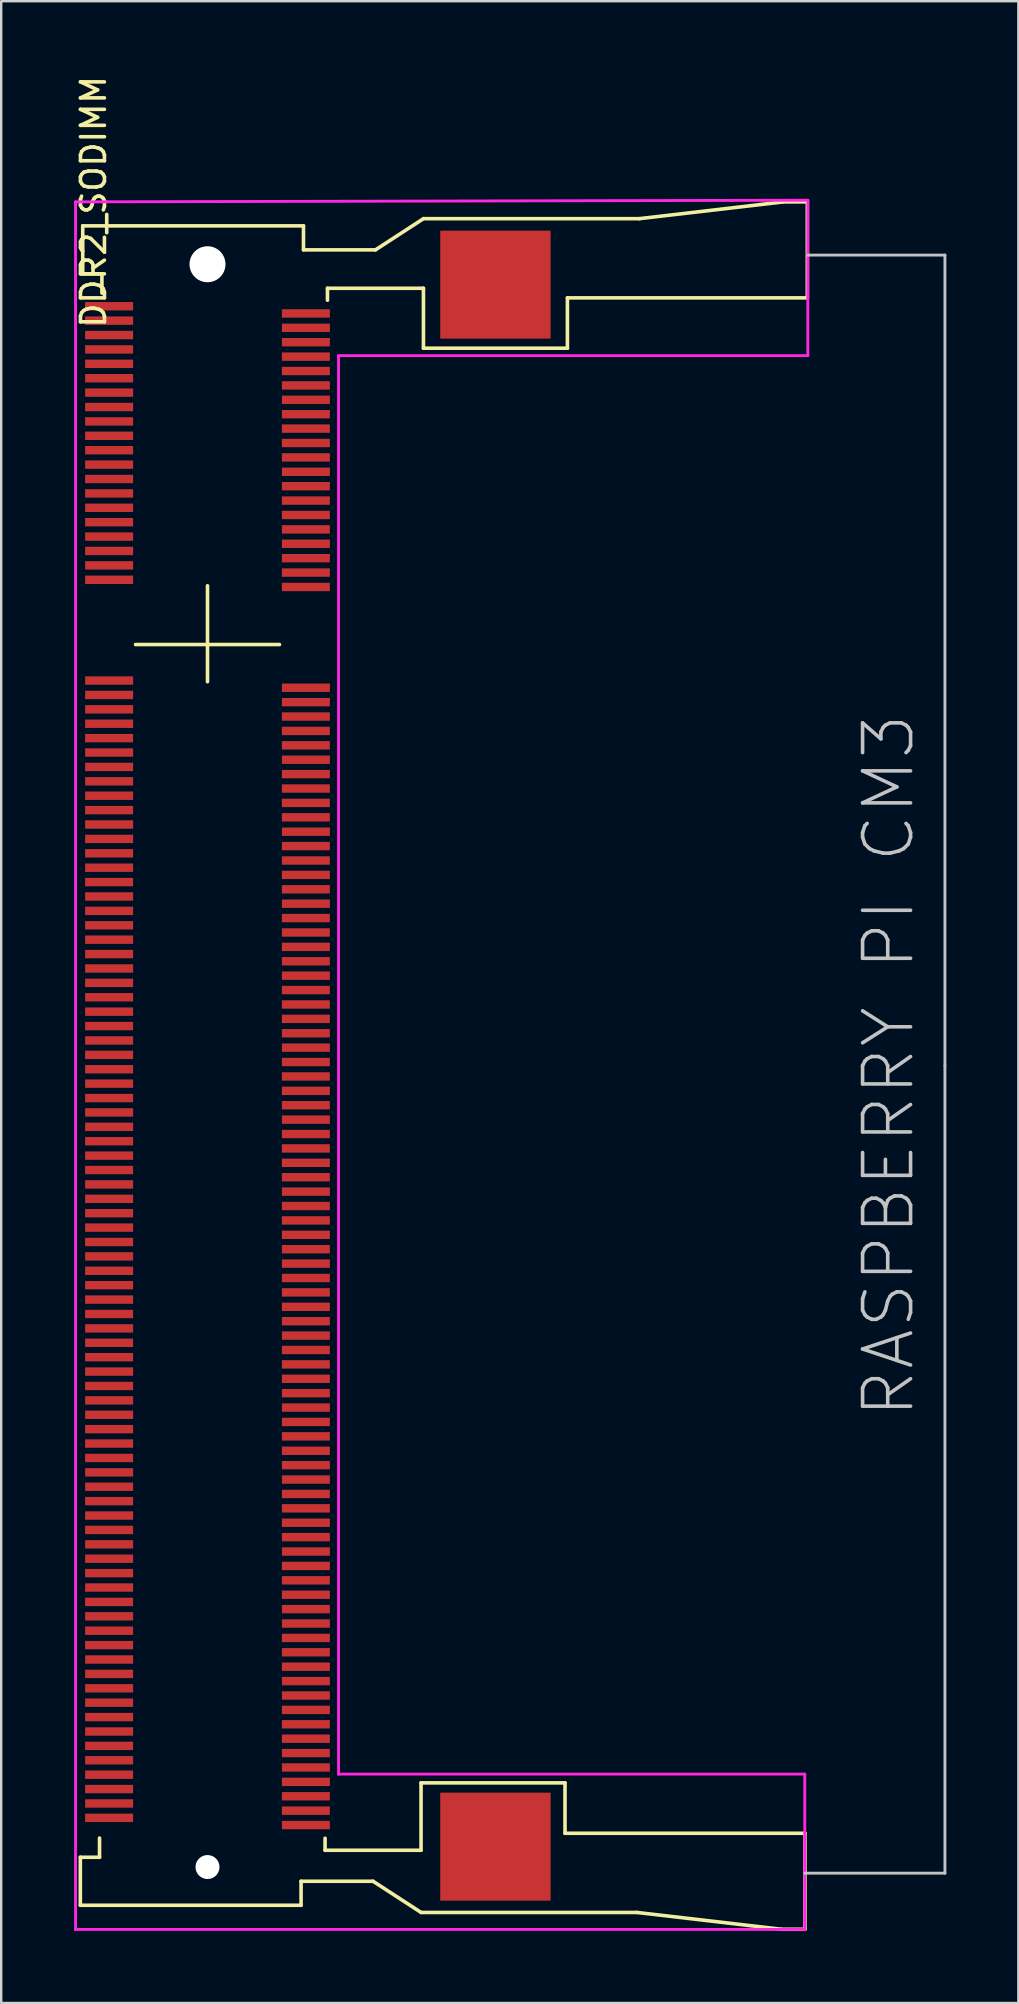
<source format=kicad_pcb>
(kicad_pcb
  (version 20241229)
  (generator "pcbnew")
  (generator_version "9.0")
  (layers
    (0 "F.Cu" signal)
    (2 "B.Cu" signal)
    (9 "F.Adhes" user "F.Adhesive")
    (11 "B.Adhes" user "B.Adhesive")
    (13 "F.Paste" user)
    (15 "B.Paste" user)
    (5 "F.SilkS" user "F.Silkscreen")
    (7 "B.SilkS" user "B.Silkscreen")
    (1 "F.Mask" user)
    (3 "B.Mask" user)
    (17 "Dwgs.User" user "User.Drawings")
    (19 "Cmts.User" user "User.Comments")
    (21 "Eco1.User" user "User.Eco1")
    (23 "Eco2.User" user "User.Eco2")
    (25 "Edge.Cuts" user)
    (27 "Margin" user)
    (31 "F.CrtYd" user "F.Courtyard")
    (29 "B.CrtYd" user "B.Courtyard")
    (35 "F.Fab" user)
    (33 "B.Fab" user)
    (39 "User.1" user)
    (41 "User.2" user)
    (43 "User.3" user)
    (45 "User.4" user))
  (footprint "DDR2_SODIMM"
    (layer "F.Cu")
    (at 5.598 41.363)
    (property "Reference" "DDR2_SODIMM" (at -4.75 -36 90) (layer "F.SilkS") (effects (font (size 1 1) (thickness 0.15))))
    (attr through_hole)
    (fp_line (start -5.3 32.992) (end -5.3 34.992) (stroke (width 0.15) (type solid)) (layer "F.SilkS"))
    (fp_line (start -5.3 34.992) (end 3.9 34.992) (stroke (width 0.15) (type solid)) (layer "F.SilkS"))
    (fp_line (start -5.2 -35) (end 4 -35) (stroke (width 0.15) (type solid)) (layer "F.SilkS"))
    (fp_line (start -5.2 -33) (end -5.2 -35) (stroke (width 0.15) (type solid)) (layer "F.SilkS"))
    (fp_line (start -4.5 32.192) (end -4.5 32.992) (stroke (width 0.15) (type solid)) (layer "F.SilkS"))
    (fp_line (start -4.5 32.992) (end -5.3 32.992) (stroke (width 0.15) (type solid)) (layer "F.SilkS"))
    (fp_line (start -4.4 -33) (end -5.2 -33) (stroke (width 0.15) (type solid)) (layer "F.SilkS"))
    (fp_line (start -4.4 -32.2) (end -4.4 -33) (stroke (width 0.15) (type solid)) (layer "F.SilkS"))
    (fp_line (start -3 -17.55) (end 3 -17.55) (stroke (width 0.15) (type solid)) (layer "F.SilkS"))
    (fp_line (start 0 -20) (end 0 -16) (stroke (width 0.15) (type solid)) (layer "F.SilkS"))
    (fp_line (start 3.9 33.992) (end 6.9 33.992) (stroke (width 0.15) (type solid)) (layer "F.SilkS"))
    (fp_line (start 3.9 34.992) (end 3.9 33.992) (stroke (width 0.15) (type solid)) (layer "F.SilkS"))
    (fp_line (start 4 -35) (end 4 -34) (stroke (width 0.15) (type solid)) (layer "F.SilkS"))
    (fp_line (start 4 -34) (end 7 -34) (stroke (width 0.15) (type solid)) (layer "F.SilkS"))
    (fp_line (start 4.9 32.7) (end 4.9 32.2) (stroke (width 0.15) (type solid)) (layer "F.SilkS"))
    (fp_line (start 5 -32.4) (end 5 -31.9) (stroke (width 0.15) (type solid)) (layer "F.SilkS"))
    (fp_line (start 6.9 33.992) (end 8.9 35.292) (stroke (width 0.15) (type solid)) (layer "F.SilkS"))
    (fp_line (start 7 -34) (end 9 -35.3) (stroke (width 0.15) (type solid)) (layer "F.SilkS"))
    (fp_line (start 8.9 29.892) (end 8.9 32.7) (stroke (width 0.15) (type solid)) (layer "F.SilkS"))
    (fp_line (start 8.9 32.7) (end 4.9 32.7) (stroke (width 0.15) (type solid)) (layer "F.SilkS"))
    (fp_line (start 8.9 35.292) (end 17.9 35.292) (stroke (width 0.15) (type solid)) (layer "F.SilkS"))
    (fp_line (start 9 -35.3) (end 18 -35.3) (stroke (width 0.15) (type solid)) (layer "F.SilkS"))
    (fp_line (start 9 -32.4) (end 5 -32.4) (stroke (width 0.15) (type solid)) (layer "F.SilkS"))
    (fp_line (start 9 -29.9) (end 9 -32.4) (stroke (width 0.15) (type solid)) (layer "F.SilkS"))
    (fp_line (start 14.9 29.892) (end 8.9 29.892) (stroke (width 0.15) (type solid)) (layer "F.SilkS"))
    (fp_line (start 14.9 31.992) (end 14.9 29.892) (stroke (width 0.15) (type solid)) (layer "F.SilkS"))
    (fp_line (start 15 -32) (end 15 -29.9) (stroke (width 0.15) (type solid)) (layer "F.SilkS"))
    (fp_line (start 15 -29.9) (end 9 -29.9) (stroke (width 0.15) (type solid)) (layer "F.SilkS"))
    (fp_line (start 17.9 35.292) (end 23.9 35.992) (stroke (width 0.15) (type solid)) (layer "F.SilkS"))
    (fp_line (start 18 -35.3) (end 24 -36) (stroke (width 0.15) (type solid)) (layer "F.SilkS"))
    (fp_line (start 23.9 35.992) (end 24.9 35.992) (stroke (width 0.15) (type solid)) (layer "F.SilkS"))
    (fp_line (start 24 -36) (end 25 -36) (stroke (width 0.15) (type solid)) (layer "F.SilkS"))
    (fp_line (start 24.9 31.992) (end 14.9 31.992) (stroke (width 0.15) (type solid)) (layer "F.SilkS"))
    (fp_line (start 24.9 35.992) (end 24.9 31.992) (stroke (width 0.15) (type solid)) (layer "F.SilkS"))
    (fp_line (start 25 -36) (end 25 -32) (stroke (width 0.15) (type solid)) (layer "F.SilkS"))
    (fp_line (start 25 -32) (end 15 -32) (stroke (width 0.15) (type solid)) (layer "F.SilkS"))
    (fp_line (start 24.892 33.655) (end 30.734 33.655) (stroke (width 0.12) (type solid)) (layer "Dwgs.User"))
    (fp_line (start 25.019 -33.782) (end 30.734 -33.782) (stroke (width 0.12) (type solid)) (layer "Dwgs.User"))
    (fp_line (start 30.734 -33.782) (end 30.734 0) (stroke (width 0.12) (type solid)) (layer "Dwgs.User"))
    (fp_line (start 30.734 0) (end 30.734 33.655) (stroke (width 0.12) (type solid)) (layer "Dwgs.User"))
    (fp_line (start -5.5 -36) (end 25.019 -36.068) (stroke (width 0.12) (type solid)) (layer "F.CrtYd"))
    (fp_line (start -5.5 36) (end -5.5 -36) (stroke (width 0.12) (type solid)) (layer "F.CrtYd"))
    (fp_line (start 5.461 -29.591) (end 5.461 29.527) (stroke (width 0.12) (type solid)) (layer "F.CrtYd"))
    (fp_line (start 24.892 29.527) (end 5.461 29.527) (stroke (width 0.12) (type solid)) (layer "F.CrtYd"))
    (fp_line (start 24.892 36) (end -5.5 36) (stroke (width 0.12) (type solid)) (layer "F.CrtYd"))
    (fp_line (start 24.892 36.005) (end 24.892 29.527) (stroke (width 0.12) (type solid)) (layer "F.CrtYd"))
    (fp_line (start 25.019 -36.068) (end 25.019 -29.591) (stroke (width 0.12) (type solid)) (layer "F.CrtYd"))
    (fp_line (start 25.019 -29.591) (end 5.461 -29.591) (stroke (width 0.12) (type solid)) (layer "F.CrtYd"))
    (fp_text user "RASPBERRY PI CM3" (at 28.384 0 90) (layer "Dwgs.User") (effects (font (size 2 2) (thickness 0.15))))
    (pad "" np_thru_hole circle (at 0 -33.4) (size 1.5 1.5) (drill 1.5) (layers "*.Cu" "*.Mask"))
    (pad "" np_thru_hole circle (at 0 33.4) (size 1 1) (drill 1) (layers "*.Cu" "*.Mask"))
    (pad "" smd rect (at 12 -32.55) (size 4.6 4.5) (layers "F.Cu" "F.Mask" "F.Paste"))
    (pad "" smd rect (at 12 32.55) (size 4.6 4.5) (layers "F.Cu" "F.Mask" "F.Paste"))
    (pad "1" smd rect (at -4.1 -31.65) (size 2 0.35) (layers "F.Cu" "F.Mask" "F.Paste"))
    (pad "2" smd rect (at 4.1 -31.35) (size 2 0.35) (layers "F.Cu" "F.Mask" "F.Paste"))
    (pad "3" smd rect (at -4.1 -31.05) (size 2 0.35) (layers "F.Cu" "F.Mask" "F.Paste"))
    (pad "4" smd rect (at 4.1 -30.75) (size 2 0.35) (layers "F.Cu" "F.Mask" "F.Paste"))
    (pad "5" smd rect (at -4.1 -30.45) (size 2 0.35) (layers "F.Cu" "F.Mask" "F.Paste"))
    (pad "6" smd rect (at 4.1 -30.15) (size 2 0.35) (layers "F.Cu" "F.Mask" "F.Paste"))
    (pad "7" smd rect (at -4.1 -29.85) (size 2 0.35) (layers "F.Cu" "F.Mask" "F.Paste"))
    (pad "8" smd rect (at 4.1 -29.55) (size 2 0.35) (layers "F.Cu" "F.Mask" "F.Paste"))
    (pad "9" smd rect (at -4.1 -29.25) (size 2 0.35) (layers "F.Cu" "F.Mask" "F.Paste"))
    (pad "10" smd rect (at 4.1 -28.95) (size 2 0.35) (layers "F.Cu" "F.Mask" "F.Paste"))
    (pad "11" smd rect (at -4.1 -28.65) (size 2 0.35) (layers "F.Cu" "F.Mask" "F.Paste"))
    (pad "12" smd rect (at 4.1 -28.35) (size 2 0.35) (layers "F.Cu" "F.Mask" "F.Paste"))
    (pad "13" smd rect (at -4.1 -28.05) (size 2 0.35) (layers "F.Cu" "F.Mask" "F.Paste"))
    (pad "14" smd rect (at 4.1 -27.75) (size 2 0.35) (layers "F.Cu" "F.Mask" "F.Paste"))
    (pad "15" smd rect (at -4.1 -27.45) (size 2 0.35) (layers "F.Cu" "F.Mask" "F.Paste"))
    (pad "16" smd rect (at 4.1 -27.15) (size 2 0.35) (layers "F.Cu" "F.Mask" "F.Paste"))
    (pad "17" smd rect (at -4.1 -26.85) (size 2 0.35) (layers "F.Cu" "F.Mask" "F.Paste"))
    (pad "18" smd rect (at 4.1 -26.55) (size 2 0.35) (layers "F.Cu" "F.Mask" "F.Paste"))
    (pad "19" smd rect (at -4.1 -26.25) (size 2 0.35) (layers "F.Cu" "F.Mask" "F.Paste"))
    (pad "20" smd rect (at 4.1 -25.95) (size 2 0.35) (layers "F.Cu" "F.Mask" "F.Paste"))
    (pad "21" smd rect (at -4.1 -25.65) (size 2 0.35) (layers "F.Cu" "F.Mask" "F.Paste"))
    (pad "22" smd rect (at 4.1 -25.35) (size 2 0.35) (layers "F.Cu" "F.Mask" "F.Paste"))
    (pad "23" smd rect (at -4.1 -25.05) (size 2 0.35) (layers "F.Cu" "F.Mask" "F.Paste"))
    (pad "24" smd rect (at 4.1 -24.75) (size 2 0.35) (layers "F.Cu" "F.Mask" "F.Paste"))
    (pad "25" smd rect (at -4.1 -24.45) (size 2 0.35) (layers "F.Cu" "F.Mask" "F.Paste"))
    (pad "26" smd rect (at 4.1 -24.15) (size 2 0.35) (layers "F.Cu" "F.Mask" "F.Paste"))
    (pad "27" smd rect (at -4.1 -23.85) (size 2 0.35) (layers "F.Cu" "F.Mask" "F.Paste"))
    (pad "28" smd rect (at 4.1 -23.55) (size 2 0.35) (layers "F.Cu" "F.Mask" "F.Paste"))
    (pad "29" smd rect (at -4.1 -23.25) (size 2 0.35) (layers "F.Cu" "F.Mask" "F.Paste"))
    (pad "30" smd rect (at 4.1 -22.95) (size 2 0.35) (layers "F.Cu" "F.Mask" "F.Paste"))
    (pad "31" smd rect (at -4.1 -22.65) (size 2 0.35) (layers "F.Cu" "F.Mask" "F.Paste"))
    (pad "32" smd rect (at 4.1 -22.35) (size 2 0.35) (layers "F.Cu" "F.Mask" "F.Paste"))
    (pad "33" smd rect (at -4.1 -22.05) (size 2 0.35) (layers "F.Cu" "F.Mask" "F.Paste"))
    (pad "34" smd rect (at 4.1 -21.75) (size 2 0.35) (layers "F.Cu" "F.Mask" "F.Paste"))
    (pad "35" smd rect (at -4.1 -21.45) (size 2 0.35) (layers "F.Cu" "F.Mask" "F.Paste"))
    (pad "36" smd rect (at 4.1 -21.15) (size 2 0.35) (layers "F.Cu" "F.Mask" "F.Paste"))
    (pad "37" smd rect (at -4.1 -20.85) (size 2 0.35) (layers "F.Cu" "F.Mask" "F.Paste"))
    (pad "38" smd rect (at 4.1 -20.55) (size 2 0.35) (layers "F.Cu" "F.Mask" "F.Paste"))
    (pad "39" smd rect (at -4.1 -20.25) (size 2 0.35) (layers "F.Cu" "F.Mask" "F.Paste"))
    (pad "40" smd rect (at 4.1 -19.95) (size 2 0.35) (layers "F.Cu" "F.Mask" "F.Paste"))
    (pad "41" smd rect (at -4.1 -16.05) (size 2 0.35) (layers "F.Cu" "F.Mask" "F.Paste"))
    (pad "42" smd rect (at 4.1 -15.75) (size 2 0.35) (layers "F.Cu" "F.Mask" "F.Paste"))
    (pad "43" smd rect (at -4.1 -15.45) (size 2 0.35) (layers "F.Cu" "F.Mask" "F.Paste"))
    (pad "44" smd rect (at 4.1 -15.15) (size 2 0.35) (layers "F.Cu" "F.Mask" "F.Paste"))
    (pad "45" smd rect (at -4.1 -14.85) (size 2 0.35) (layers "F.Cu" "F.Mask" "F.Paste"))
    (pad "46" smd rect (at 4.1 -14.55) (size 2 0.35) (layers "F.Cu" "F.Mask" "F.Paste"))
    (pad "47" smd rect (at -4.1 -14.25) (size 2 0.35) (layers "F.Cu" "F.Mask" "F.Paste"))
    (pad "48" smd rect (at 4.1 -13.95) (size 2 0.35) (layers "F.Cu" "F.Mask" "F.Paste"))
    (pad "49" smd rect (at -4.1 -13.65) (size 2 0.35) (layers "F.Cu" "F.Mask" "F.Paste"))
    (pad "50" smd rect (at 4.1 -13.35) (size 2 0.35) (layers "F.Cu" "F.Mask" "F.Paste"))
    (pad "51" smd rect (at -4.1 -13.05) (size 2 0.35) (layers "F.Cu" "F.Mask" "F.Paste"))
    (pad "52" smd rect (at 4.1 -12.75) (size 2 0.35) (layers "F.Cu" "F.Mask" "F.Paste"))
    (pad "53" smd rect (at -4.1 -12.45) (size 2 0.35) (layers "F.Cu" "F.Mask" "F.Paste"))
    (pad "54" smd rect (at 4.1 -12.15) (size 2 0.35) (layers "F.Cu" "F.Mask" "F.Paste"))
    (pad "55" smd rect (at -4.1 -11.85) (size 2 0.35) (layers "F.Cu" "F.Mask" "F.Paste"))
    (pad "56" smd rect (at 4.1 -11.55) (size 2 0.35) (layers "F.Cu" "F.Mask" "F.Paste"))
    (pad "57" smd rect (at -4.1 -11.25) (size 2 0.35) (layers "F.Cu" "F.Mask" "F.Paste"))
    (pad "58" smd rect (at 4.1 -10.95) (size 2 0.35) (layers "F.Cu" "F.Mask" "F.Paste"))
    (pad "59" smd rect (at -4.1 -10.65) (size 2 0.35) (layers "F.Cu" "F.Mask" "F.Paste"))
    (pad "60" smd rect (at 4.1 -10.35) (size 2 0.35) (layers "F.Cu" "F.Mask" "F.Paste"))
    (pad "61" smd rect (at -4.1 -10.05) (size 2 0.35) (layers "F.Cu" "F.Mask" "F.Paste"))
    (pad "62" smd rect (at 4.1 -9.75) (size 2 0.35) (layers "F.Cu" "F.Mask" "F.Paste"))
    (pad "63" smd rect (at -4.1 -9.45) (size 2 0.35) (layers "F.Cu" "F.Mask" "F.Paste"))
    (pad "64" smd rect (at 4.1 -9.15) (size 2 0.35) (layers "F.Cu" "F.Mask" "F.Paste"))
    (pad "65" smd rect (at -4.1 -8.85) (size 2 0.35) (layers "F.Cu" "F.Mask" "F.Paste"))
    (pad "66" smd rect (at 4.1 -8.55) (size 2 0.35) (layers "F.Cu" "F.Mask" "F.Paste"))
    (pad "67" smd rect (at -4.1 -8.25) (size 2 0.35) (layers "F.Cu" "F.Mask" "F.Paste"))
    (pad "68" smd rect (at 4.1 -7.95) (size 2 0.35) (layers "F.Cu" "F.Mask" "F.Paste"))
    (pad "69" smd rect (at -4.1 -7.65) (size 2 0.35) (layers "F.Cu" "F.Mask" "F.Paste"))
    (pad "70" smd rect (at 4.1 -7.35) (size 2 0.35) (layers "F.Cu" "F.Mask" "F.Paste"))
    (pad "71" smd rect (at -4.1 -7.05) (size 2 0.35) (layers "F.Cu" "F.Mask" "F.Paste"))
    (pad "72" smd rect (at 4.1 -6.75) (size 2 0.35) (layers "F.Cu" "F.Mask" "F.Paste"))
    (pad "73" smd rect (at -4.1 -6.45) (size 2 0.35) (layers "F.Cu" "F.Mask" "F.Paste"))
    (pad "74" smd rect (at 4.1 -6.15) (size 2 0.35) (layers "F.Cu" "F.Mask" "F.Paste"))
    (pad "75" smd rect (at -4.1 -5.85) (size 2 0.35) (layers "F.Cu" "F.Mask" "F.Paste"))
    (pad "76" smd rect (at 4.1 -5.55) (size 2 0.35) (layers "F.Cu" "F.Mask" "F.Paste"))
    (pad "77" smd rect (at -4.1 -5.25) (size 2 0.35) (layers "F.Cu" "F.Mask" "F.Paste"))
    (pad "78" smd rect (at 4.1 -4.95) (size 2 0.35) (layers "F.Cu" "F.Mask" "F.Paste"))
    (pad "79" smd rect (at -4.1 -4.65) (size 2 0.35) (layers "F.Cu" "F.Mask" "F.Paste"))
    (pad "80" smd rect (at 4.1 -4.35) (size 2 0.35) (layers "F.Cu" "F.Mask" "F.Paste"))
    (pad "81" smd rect (at -4.1 -4.05) (size 2 0.35) (layers "F.Cu" "F.Mask" "F.Paste"))
    (pad "82" smd rect (at 4.1 -3.75) (size 2 0.35) (layers "F.Cu" "F.Mask" "F.Paste"))
    (pad "83" smd rect (at -4.1 -3.45) (size 2 0.35) (layers "F.Cu" "F.Mask" "F.Paste"))
    (pad "84" smd rect (at 4.1 -3.15) (size 2 0.35) (layers "F.Cu" "F.Mask" "F.Paste"))
    (pad "85" smd rect (at -4.1 -2.85) (size 2 0.35) (layers "F.Cu" "F.Mask" "F.Paste"))
    (pad "86" smd rect (at 4.1 -2.55) (size 2 0.35) (layers "F.Cu" "F.Mask" "F.Paste"))
    (pad "87" smd rect (at -4.1 -2.25) (size 2 0.35) (layers "F.Cu" "F.Mask" "F.Paste"))
    (pad "88" smd rect (at 4.1 -1.95) (size 2 0.35) (layers "F.Cu" "F.Mask" "F.Paste"))
    (pad "89" smd rect (at -4.1 -1.65) (size 2 0.35) (layers "F.Cu" "F.Mask" "F.Paste"))
    (pad "90" smd rect (at 4.1 -1.35) (size 2 0.35) (layers "F.Cu" "F.Mask" "F.Paste"))
    (pad "91" smd rect (at -4.1 -1.05) (size 2 0.35) (layers "F.Cu" "F.Mask" "F.Paste"))
    (pad "92" smd rect (at 4.1 -0.75) (size 2 0.35) (layers "F.Cu" "F.Mask" "F.Paste"))
    (pad "93" smd rect (at -4.1 -0.45) (size 2 0.35) (layers "F.Cu" "F.Mask" "F.Paste"))
    (pad "94" smd rect (at 4.1 -0.15) (size 2 0.35) (layers "F.Cu" "F.Mask" "F.Paste"))
    (pad "95" smd rect (at -4.1 0.15) (size 2 0.35) (layers "F.Cu" "F.Mask" "F.Paste"))
    (pad "96" smd rect (at 4.1 0.45) (size 2 0.35) (layers "F.Cu" "F.Mask" "F.Paste"))
    (pad "97" smd rect (at -4.1 0.75) (size 2 0.35) (layers "F.Cu" "F.Mask" "F.Paste"))
    (pad "98" smd rect (at 4.1 1.05) (size 2 0.35) (layers "F.Cu" "F.Mask" "F.Paste"))
    (pad "99" smd rect (at -4.1 1.35) (size 2 0.35) (layers "F.Cu" "F.Mask" "F.Paste"))
    (pad "100" smd rect (at 4.1 1.65) (size 2 0.35) (layers "F.Cu" "F.Mask" "F.Paste"))
    (pad "101" smd rect (at -4.1 1.95) (size 2 0.35) (layers "F.Cu" "F.Mask" "F.Paste"))
    (pad "102" smd rect (at 4.1 2.25) (size 2 0.35) (layers "F.Cu" "F.Mask" "F.Paste"))
    (pad "103" smd rect (at -4.1 2.55) (size 2 0.35) (layers "F.Cu" "F.Mask" "F.Paste"))
    (pad "104" smd rect (at 4.1 2.85) (size 2 0.35) (layers "F.Cu" "F.Mask" "F.Paste"))
    (pad "105" smd rect (at -4.1 3.15) (size 2 0.35) (layers "F.Cu" "F.Mask" "F.Paste"))
    (pad "106" smd rect (at 4.1 3.45) (size 2 0.35) (layers "F.Cu" "F.Mask" "F.Paste"))
    (pad "107" smd rect (at -4.1 3.75) (size 2 0.35) (layers "F.Cu" "F.Mask" "F.Paste"))
    (pad "108" smd rect (at 4.1 4.05) (size 2 0.35) (layers "F.Cu" "F.Mask" "F.Paste"))
    (pad "109" smd rect (at -4.1 4.35) (size 2 0.35) (layers "F.Cu" "F.Mask" "F.Paste"))
    (pad "110" smd rect (at 4.1 4.65) (size 2 0.35) (layers "F.Cu" "F.Mask" "F.Paste"))
    (pad "111" smd rect (at -4.1 4.95) (size 2 0.35) (layers "F.Cu" "F.Mask" "F.Paste"))
    (pad "112" smd rect (at 4.1 5.25) (size 2 0.35) (layers "F.Cu" "F.Mask" "F.Paste"))
    (pad "113" smd rect (at -4.1 5.55) (size 2 0.35) (layers "F.Cu" "F.Mask" "F.Paste"))
    (pad "114" smd rect (at 4.1 5.85) (size 2 0.35) (layers "F.Cu" "F.Mask" "F.Paste"))
    (pad "115" smd rect (at -4.1 6.15) (size 2 0.35) (layers "F.Cu" "F.Mask" "F.Paste"))
    (pad "116" smd rect (at 4.1 6.45) (size 2 0.35) (layers "F.Cu" "F.Mask" "F.Paste"))
    (pad "117" smd rect (at -4.1 6.75) (size 2 0.35) (layers "F.Cu" "F.Mask" "F.Paste"))
    (pad "118" smd rect (at 4.1 7.05) (size 2 0.35) (layers "F.Cu" "F.Mask" "F.Paste"))
    (pad "119" smd rect (at -4.1 7.35) (size 2 0.35) (layers "F.Cu" "F.Mask" "F.Paste"))
    (pad "120" smd rect (at 4.1 7.65) (size 2 0.35) (layers "F.Cu" "F.Mask" "F.Paste"))
    (pad "121" smd rect (at -4.1 7.95) (size 2 0.35) (layers "F.Cu" "F.Mask" "F.Paste"))
    (pad "122" smd rect (at 4.1 8.25) (size 2 0.35) (layers "F.Cu" "F.Mask" "F.Paste"))
    (pad "123" smd rect (at -4.1 8.55) (size 2 0.35) (layers "F.Cu" "F.Mask" "F.Paste"))
    (pad "124" smd rect (at 4.1 8.85) (size 2 0.35) (layers "F.Cu" "F.Mask" "F.Paste"))
    (pad "125" smd rect (at -4.1 9.15) (size 2 0.35) (layers "F.Cu" "F.Mask" "F.Paste"))
    (pad "126" smd rect (at 4.1 9.45) (size 2 0.35) (layers "F.Cu" "F.Mask" "F.Paste"))
    (pad "127" smd rect (at -4.1 9.75) (size 2 0.35) (layers "F.Cu" "F.Mask" "F.Paste"))
    (pad "128" smd rect (at 4.1 10.05) (size 2 0.35) (layers "F.Cu" "F.Mask" "F.Paste"))
    (pad "129" smd rect (at -4.1 10.35) (size 2 0.35) (layers "F.Cu" "F.Mask" "F.Paste"))
    (pad "130" smd rect (at 4.1 10.65) (size 2 0.35) (layers "F.Cu" "F.Mask" "F.Paste"))
    (pad "131" smd rect (at -4.1 10.95) (size 2 0.35) (layers "F.Cu" "F.Mask" "F.Paste"))
    (pad "132" smd rect (at 4.1 11.25) (size 2 0.35) (layers "F.Cu" "F.Mask" "F.Paste"))
    (pad "133" smd rect (at -4.1 11.55) (size 2 0.35) (layers "F.Cu" "F.Mask" "F.Paste"))
    (pad "134" smd rect (at 4.1 11.85) (size 2 0.35) (layers "F.Cu" "F.Mask" "F.Paste"))
    (pad "135" smd rect (at -4.1 12.15) (size 2 0.35) (layers "F.Cu" "F.Mask" "F.Paste"))
    (pad "136" smd rect (at 4.1 12.45) (size 2 0.35) (layers "F.Cu" "F.Mask" "F.Paste"))
    (pad "137" smd rect (at -4.1 12.75) (size 2 0.35) (layers "F.Cu" "F.Mask" "F.Paste"))
    (pad "138" smd rect (at 4.1 13.05) (size 2 0.35) (layers "F.Cu" "F.Mask" "F.Paste"))
    (pad "139" smd rect (at -4.1 13.35) (size 2 0.35) (layers "F.Cu" "F.Mask" "F.Paste"))
    (pad "140" smd rect (at 4.1 13.65) (size 2 0.35) (layers "F.Cu" "F.Mask" "F.Paste"))
    (pad "141" smd rect (at -4.1 13.95) (size 2 0.35) (layers "F.Cu" "F.Mask" "F.Paste"))
    (pad "142" smd rect (at 4.1 14.25) (size 2 0.35) (layers "F.Cu" "F.Mask" "F.Paste"))
    (pad "143" smd rect (at -4.1 14.55) (size 2 0.35) (layers "F.Cu" "F.Mask" "F.Paste"))
    (pad "144" smd rect (at 4.1 14.85) (size 2 0.35) (layers "F.Cu" "F.Mask" "F.Paste"))
    (pad "145" smd rect (at -4.1 15.15) (size 2 0.35) (layers "F.Cu" "F.Mask" "F.Paste"))
    (pad "146" smd rect (at 4.1 15.45) (size 2 0.35) (layers "F.Cu" "F.Mask" "F.Paste"))
    (pad "147" smd rect (at -4.1 15.75) (size 2 0.35) (layers "F.Cu" "F.Mask" "F.Paste"))
    (pad "148" smd rect (at 4.1 16.05) (size 2 0.35) (layers "F.Cu" "F.Mask" "F.Paste"))
    (pad "149" smd rect (at -4.1 16.35) (size 2 0.35) (layers "F.Cu" "F.Mask" "F.Paste"))
    (pad "150" smd rect (at 4.1 16.65) (size 2 0.35) (layers "F.Cu" "F.Mask" "F.Paste"))
    (pad "151" smd rect (at -4.1 16.95) (size 2 0.35) (layers "F.Cu" "F.Mask" "F.Paste"))
    (pad "152" smd rect (at 4.1 17.25) (size 2 0.35) (layers "F.Cu" "F.Mask" "F.Paste"))
    (pad "153" smd rect (at -4.1 17.55) (size 2 0.35) (layers "F.Cu" "F.Mask" "F.Paste"))
    (pad "154" smd rect (at 4.1 17.85) (size 2 0.35) (layers "F.Cu" "F.Mask" "F.Paste"))
    (pad "155" smd rect (at -4.1 18.15) (size 2 0.35) (layers "F.Cu" "F.Mask" "F.Paste"))
    (pad "156" smd rect (at 4.1 18.45) (size 2 0.35) (layers "F.Cu" "F.Mask" "F.Paste"))
    (pad "157" smd rect (at -4.1 18.75) (size 2 0.35) (layers "F.Cu" "F.Mask" "F.Paste"))
    (pad "158" smd rect (at 4.1 19.05) (size 2 0.35) (layers "F.Cu" "F.Mask" "F.Paste"))
    (pad "159" smd rect (at -4.1 19.35) (size 2 0.35) (layers "F.Cu" "F.Mask" "F.Paste"))
    (pad "160" smd rect (at 4.1 19.65) (size 2 0.35) (layers "F.Cu" "F.Mask" "F.Paste"))
    (pad "161" smd rect (at -4.1 19.95) (size 2 0.35) (layers "F.Cu" "F.Mask" "F.Paste"))
    (pad "162" smd rect (at 4.1 20.25) (size 2 0.35) (layers "F.Cu" "F.Mask" "F.Paste"))
    (pad "163" smd rect (at -4.1 20.55) (size 2 0.35) (layers "F.Cu" "F.Mask" "F.Paste"))
    (pad "164" smd rect (at 4.1 20.85) (size 2 0.35) (layers "F.Cu" "F.Mask" "F.Paste"))
    (pad "165" smd rect (at -4.1 21.15) (size 2 0.35) (layers "F.Cu" "F.Mask" "F.Paste"))
    (pad "166" smd rect (at 4.1 21.45) (size 2 0.35) (layers "F.Cu" "F.Mask" "F.Paste"))
    (pad "167" smd rect (at -4.1 21.75) (size 2 0.35) (layers "F.Cu" "F.Mask" "F.Paste"))
    (pad "168" smd rect (at 4.1 22.05) (size 2 0.35) (layers "F.Cu" "F.Mask" "F.Paste"))
    (pad "169" smd rect (at -4.1 22.35) (size 2 0.35) (layers "F.Cu" "F.Mask" "F.Paste"))
    (pad "170" smd rect (at 4.1 22.65) (size 2 0.35) (layers "F.Cu" "F.Mask" "F.Paste"))
    (pad "171" smd rect (at -4.1 22.95) (size 2 0.35) (layers "F.Cu" "F.Mask" "F.Paste"))
    (pad "172" smd rect (at 4.1 23.25) (size 2 0.35) (layers "F.Cu" "F.Mask" "F.Paste"))
    (pad "173" smd rect (at -4.1 23.55) (size 2 0.35) (layers "F.Cu" "F.Mask" "F.Paste"))
    (pad "174" smd rect (at 4.1 23.85) (size 2 0.35) (layers "F.Cu" "F.Mask" "F.Paste"))
    (pad "175" smd rect (at -4.1 24.15) (size 2 0.35) (layers "F.Cu" "F.Mask" "F.Paste"))
    (pad "176" smd rect (at 4.1 24.45) (size 2 0.35) (layers "F.Cu" "F.Mask" "F.Paste"))
    (pad "177" smd rect (at -4.1 24.75) (size 2 0.35) (layers "F.Cu" "F.Mask" "F.Paste"))
    (pad "178" smd rect (at 4.1 25.05) (size 2 0.35) (layers "F.Cu" "F.Mask" "F.Paste"))
    (pad "179" smd rect (at -4.1 25.35) (size 2 0.35) (layers "F.Cu" "F.Mask" "F.Paste"))
    (pad "180" smd rect (at 4.1 25.65) (size 2 0.35) (layers "F.Cu" "F.Mask" "F.Paste"))
    (pad "181" smd rect (at -4.1 25.95) (size 2 0.35) (layers "F.Cu" "F.Mask" "F.Paste"))
    (pad "182" smd rect (at 4.1 26.25) (size 2 0.35) (layers "F.Cu" "F.Mask" "F.Paste"))
    (pad "183" smd rect (at -4.1 26.55) (size 2 0.35) (layers "F.Cu" "F.Mask" "F.Paste"))
    (pad "184" smd rect (at 4.1 26.85) (size 2 0.35) (layers "F.Cu" "F.Mask" "F.Paste"))
    (pad "185" smd rect (at -4.1 27.15) (size 2 0.35) (layers "F.Cu" "F.Mask" "F.Paste"))
    (pad "186" smd rect (at 4.1 27.45) (size 2 0.35) (layers "F.Cu" "F.Mask" "F.Paste"))
    (pad "187" smd rect (at -4.1 27.75) (size 2 0.35) (layers "F.Cu" "F.Mask" "F.Paste"))
    (pad "188" smd rect (at 4.1 28.05) (size 2 0.35) (layers "F.Cu" "F.Mask" "F.Paste"))
    (pad "189" smd rect (at -4.1 28.35) (size 2 0.35) (layers "F.Cu" "F.Mask" "F.Paste"))
    (pad "190" smd rect (at 4.1 28.65) (size 2 0.35) (layers "F.Cu" "F.Mask" "F.Paste"))
    (pad "191" smd rect (at -4.1 28.95) (size 2 0.35) (layers "F.Cu" "F.Mask" "F.Paste"))
    (pad "192" smd rect (at 4.1 29.25) (size 2 0.35) (layers "F.Cu" "F.Mask" "F.Paste"))
    (pad "193" smd rect (at -4.1 29.55) (size 2 0.35) (layers "F.Cu" "F.Mask" "F.Paste"))
    (pad "194" smd rect (at 4.1 29.85) (size 2 0.35) (layers "F.Cu" "F.Mask" "F.Paste"))
    (pad "195" smd rect (at -4.1 30.15) (size 2 0.35) (layers "F.Cu" "F.Mask" "F.Paste"))
    (pad "196" smd rect (at 4.1 30.45) (size 2 0.35) (layers "F.Cu" "F.Mask" "F.Paste"))
    (pad "197" smd rect (at -4.1 30.75) (size 2 0.35) (layers "F.Cu" "F.Mask" "F.Paste"))
    (pad "198" smd rect (at 4.1 31.05) (size 2 0.35) (layers "F.Cu" "F.Mask" "F.Paste"))
    (pad "199" smd rect (at -4.1 31.35) (size 2 0.35) (layers "F.Cu" "F.Mask" "F.Paste"))
    (pad "200" smd rect (at 4.1 31.65) (size 2 0.35) (layers "F.Cu" "F.Mask" "F.Paste")))
  (gr_rect
    (start -3 -3)
    (end 39.392 80.43)
    (stroke (width 0.1) (type default))
    (fill no)
    (layer "Edge.Cuts")))
</source>
